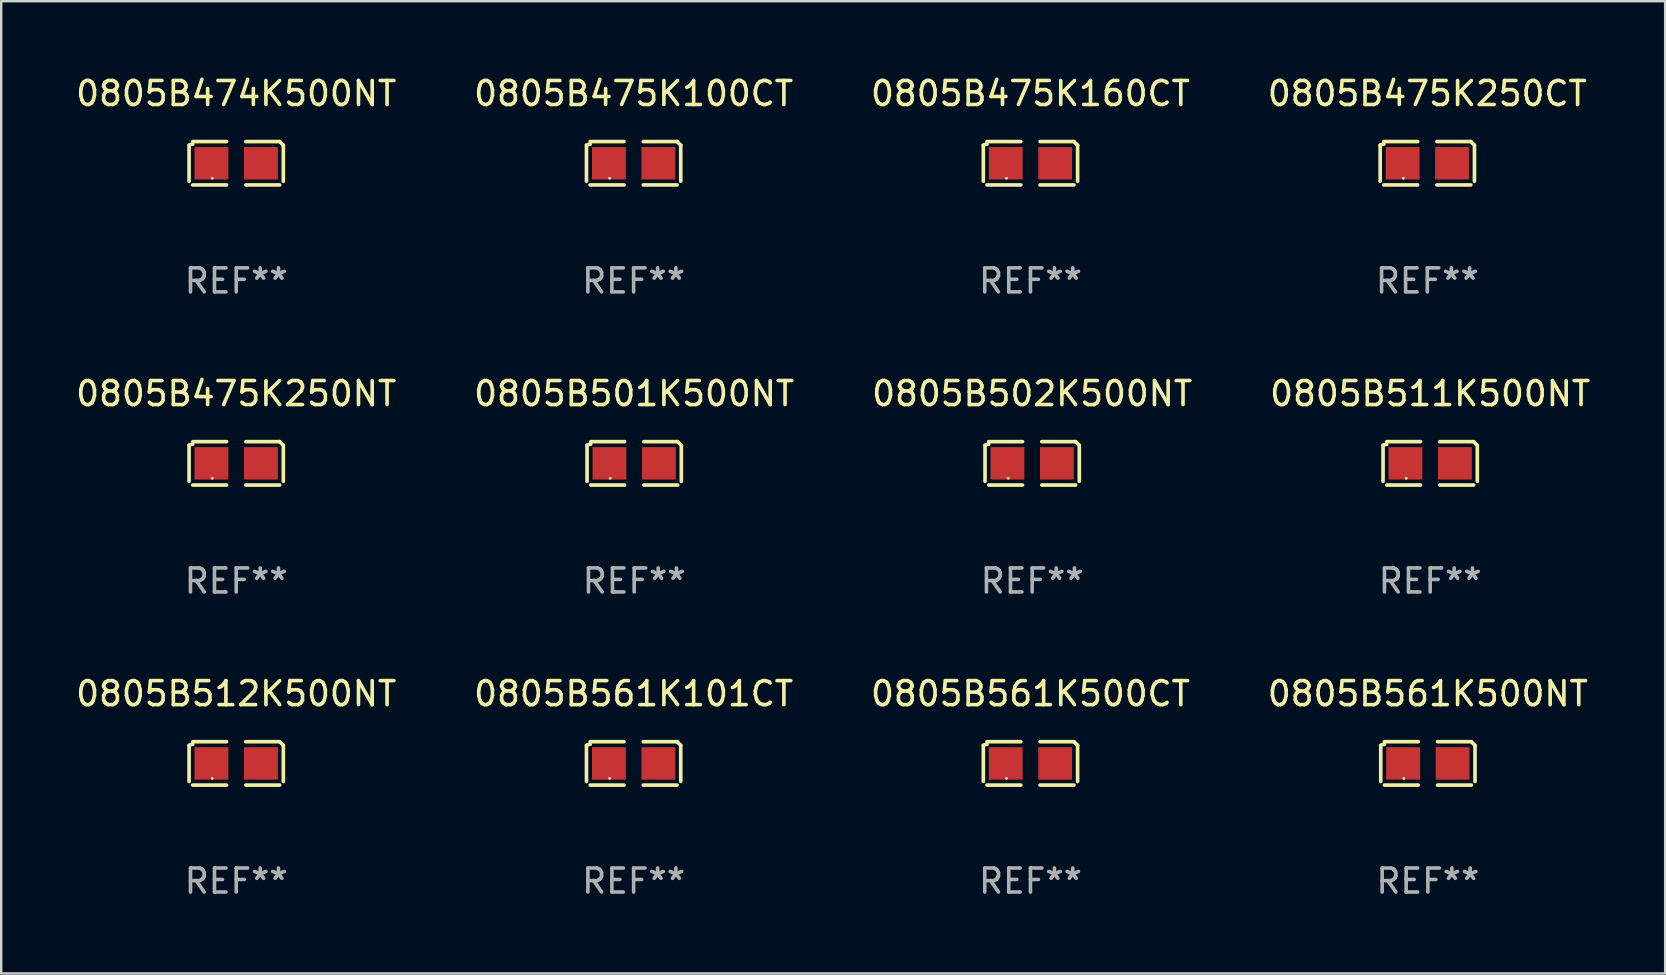
<source format=kicad_pcb>
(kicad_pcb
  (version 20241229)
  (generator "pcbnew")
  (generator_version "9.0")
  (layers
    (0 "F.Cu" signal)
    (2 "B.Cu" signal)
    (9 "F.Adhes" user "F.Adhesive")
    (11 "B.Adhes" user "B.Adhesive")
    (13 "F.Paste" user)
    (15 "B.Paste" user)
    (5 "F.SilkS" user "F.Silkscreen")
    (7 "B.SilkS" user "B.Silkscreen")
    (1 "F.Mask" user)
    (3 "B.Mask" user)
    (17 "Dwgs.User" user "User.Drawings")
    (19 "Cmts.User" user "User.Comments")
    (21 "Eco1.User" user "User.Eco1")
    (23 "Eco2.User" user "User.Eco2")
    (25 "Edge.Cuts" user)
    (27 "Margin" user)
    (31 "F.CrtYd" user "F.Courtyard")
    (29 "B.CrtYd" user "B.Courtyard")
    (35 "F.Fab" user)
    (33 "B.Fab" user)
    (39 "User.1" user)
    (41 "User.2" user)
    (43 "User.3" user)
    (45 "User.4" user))
  (footprint "0805B501K500NT"
    (layer "F.Cu")
    (at 23.375 16.256)
    (property "Reference" "0805B501K500NT" (at 0 -2.904 0) (layer "F.SilkS") (effects (font (size 1 1) (thickness 0.15))))
    (attr through_hole)
    (fp_line (start -1.964 0.751) (end -1.964 -0.751) (stroke (width 0.152) (type solid)) (layer "F.SilkS"))
    (fp_line (start -1.811 -0.904) (end -0.401 -0.904) (stroke (width 0.152) (type solid)) (layer "F.SilkS"))
    (fp_line (start -0.401 0.904) (end -1.811 0.904) (stroke (width 0.152) (type solid)) (layer "F.SilkS"))
    (fp_line (start 0.401 0.904) (end 1.811 0.904) (stroke (width 0.152) (type solid)) (layer "F.SilkS"))
    (fp_line (start 1.811 -0.904) (end 0.401 -0.904) (stroke (width 0.152) (type solid)) (layer "F.SilkS"))
    (fp_line (start 1.964 0.751) (end 1.964 -0.751) (stroke (width 0.152) (type solid)) (layer "F.SilkS"))
    (fp_arc (start -1.963602 -0.751207) (mid -1.890354 -0.783131) (end -1.811201 -0.794044) (stroke (width 0.1524) (type solid)) (layer "F.SilkS"))
    (fp_arc (start 1.811202 -0.903607) (mid 1.887413 -0.827418) (end 1.963602 -0.751207) (stroke (width 0.1524) (type solid)) (layer "F.SilkS"))
    (fp_circle (center -1 0.625) (end -0.97 0.625) (stroke (width 0.06) (type solid)) (fill no) (layer "F.SilkS"))
    (fp_text user "REF**" (at 0 4.904 0) (layer "F.Fab") (effects (font (size 1 1) (thickness 0.15))))
    (pad "1" smd rect (at -1.03 0) (size 1.41 1.35) (layers "F.Cu" "F.Mask" "F.Paste"))
    (pad "2" smd rect (at 1.03 0) (size 1.41 1.35) (layers "F.Cu" "F.Mask" "F.Paste")))
  (footprint "0805B561K101CT"
    (layer "F.Cu")
    (at 23.351 28.759)
    (property "Reference" "0805B561K101CT" (at 0 -2.904 0) (layer "F.SilkS") (effects (font (size 1 1) (thickness 0.15))))
    (attr through_hole)
    (fp_line (start -1.964 0.751) (end -1.964 -0.751) (stroke (width 0.152) (type solid)) (layer "F.SilkS"))
    (fp_line (start -1.811 -0.904) (end -0.401 -0.904) (stroke (width 0.152) (type solid)) (layer "F.SilkS"))
    (fp_line (start -0.401 0.904) (end -1.811 0.904) (stroke (width 0.152) (type solid)) (layer "F.SilkS"))
    (fp_line (start 0.401 0.904) (end 1.811 0.904) (stroke (width 0.152) (type solid)) (layer "F.SilkS"))
    (fp_line (start 1.811 -0.904) (end 0.401 -0.904) (stroke (width 0.152) (type solid)) (layer "F.SilkS"))
    (fp_line (start 1.964 0.751) (end 1.964 -0.751) (stroke (width 0.152) (type solid)) (layer "F.SilkS"))
    (fp_arc (start -1.963602 -0.751207) (mid -1.890354 -0.783131) (end -1.811201 -0.794044) (stroke (width 0.1524) (type solid)) (layer "F.SilkS"))
    (fp_arc (start 1.811202 -0.903607) (mid 1.887413 -0.827418) (end 1.963602 -0.751207) (stroke (width 0.1524) (type solid)) (layer "F.SilkS"))
    (fp_circle (center -1 0.625) (end -0.97 0.625) (stroke (width 0.06) (type solid)) (fill no) (layer "F.SilkS"))
    (fp_text user "REF**" (at 0 4.904 0) (layer "F.Fab") (effects (font (size 1 1) (thickness 0.15))))
    (pad "1" smd rect (at -1.03 0) (size 1.41 1.35) (layers "F.Cu" "F.Mask" "F.Paste"))
    (pad "2" smd rect (at 1.03 0) (size 1.41 1.35) (layers "F.Cu" "F.Mask" "F.Paste")))
  (footprint "0805B511K500NT"
    (layer "F.Cu")
    (at 56.542 16.256)
    (property "Reference" "0805B511K500NT" (at 0 -2.904 0) (layer "F.SilkS") (effects (font (size 1 1) (thickness 0.15))))
    (attr through_hole)
    (fp_line (start -1.964 0.751) (end -1.964 -0.751) (stroke (width 0.152) (type solid)) (layer "F.SilkS"))
    (fp_line (start -1.811 -0.904) (end -0.401 -0.904) (stroke (width 0.152) (type solid)) (layer "F.SilkS"))
    (fp_line (start -0.401 0.904) (end -1.811 0.904) (stroke (width 0.152) (type solid)) (layer "F.SilkS"))
    (fp_line (start 0.401 0.904) (end 1.811 0.904) (stroke (width 0.152) (type solid)) (layer "F.SilkS"))
    (fp_line (start 1.811 -0.904) (end 0.401 -0.904) (stroke (width 0.152) (type solid)) (layer "F.SilkS"))
    (fp_line (start 1.964 0.751) (end 1.964 -0.751) (stroke (width 0.152) (type solid)) (layer "F.SilkS"))
    (fp_arc (start -1.963602 -0.751207) (mid -1.890354 -0.783131) (end -1.811201 -0.794044) (stroke (width 0.1524) (type solid)) (layer "F.SilkS"))
    (fp_arc (start 1.811202 -0.903607) (mid 1.887413 -0.827418) (end 1.963602 -0.751207) (stroke (width 0.1524) (type solid)) (layer "F.SilkS"))
    (fp_circle (center -1 0.625) (end -0.97 0.625) (stroke (width 0.06) (type solid)) (fill no) (layer "F.SilkS"))
    (fp_text user "REF**" (at 0 4.904 0) (layer "F.Fab") (effects (font (size 1 1) (thickness 0.15))))
    (pad "1" smd rect (at -1.03 0) (size 1.41 1.35) (layers "F.Cu" "F.Mask" "F.Paste"))
    (pad "2" smd rect (at 1.03 0) (size 1.41 1.35) (layers "F.Cu" "F.Mask" "F.Paste")))
  (footprint "0805B475K250NT"
    (layer "F.Cu")
    (at 6.792 16.256)
    (property "Reference" "0805B475K250NT" (at 0 -2.904 0) (layer "F.SilkS") (effects (font (size 1 1) (thickness 0.15))))
    (attr through_hole)
    (fp_line (start -1.964 0.751) (end -1.964 -0.751) (stroke (width 0.152) (type solid)) (layer "F.SilkS"))
    (fp_line (start -1.811 -0.904) (end -0.401 -0.904) (stroke (width 0.152) (type solid)) (layer "F.SilkS"))
    (fp_line (start -0.401 0.904) (end -1.811 0.904) (stroke (width 0.152) (type solid)) (layer "F.SilkS"))
    (fp_line (start 0.401 0.904) (end 1.811 0.904) (stroke (width 0.152) (type solid)) (layer "F.SilkS"))
    (fp_line (start 1.811 -0.904) (end 0.401 -0.904) (stroke (width 0.152) (type solid)) (layer "F.SilkS"))
    (fp_line (start 1.964 0.751) (end 1.964 -0.751) (stroke (width 0.152) (type solid)) (layer "F.SilkS"))
    (fp_arc (start -1.963602 -0.751207) (mid -1.890354 -0.783131) (end -1.811201 -0.794044) (stroke (width 0.1524) (type solid)) (layer "F.SilkS"))
    (fp_arc (start 1.811202 -0.903607) (mid 1.887413 -0.827418) (end 1.963602 -0.751207) (stroke (width 0.1524) (type solid)) (layer "F.SilkS"))
    (fp_circle (center -1 0.625) (end -0.97 0.625) (stroke (width 0.06) (type solid)) (fill no) (layer "F.SilkS"))
    (fp_text user "REF**" (at 0 4.904 0) (layer "F.Fab") (effects (font (size 1 1) (thickness 0.15))))
    (pad "1" smd rect (at -1.03 0) (size 1.41 1.35) (layers "F.Cu" "F.Mask" "F.Paste"))
    (pad "2" smd rect (at 1.03 0) (size 1.41 1.35) (layers "F.Cu" "F.Mask" "F.Paste")))
  (footprint "0805B475K250CT"
    (layer "F.Cu")
    (at 56.423 3.752)
    (property "Reference" "0805B475K250CT" (at 0 -2.904 0) (layer "F.SilkS") (effects (font (size 1 1) (thickness 0.15))))
    (attr through_hole)
    (fp_line (start -1.964 0.751) (end -1.964 -0.751) (stroke (width 0.152) (type solid)) (layer "F.SilkS"))
    (fp_line (start -1.811 -0.904) (end -0.401 -0.904) (stroke (width 0.152) (type solid)) (layer "F.SilkS"))
    (fp_line (start -0.401 0.904) (end -1.811 0.904) (stroke (width 0.152) (type solid)) (layer "F.SilkS"))
    (fp_line (start 0.401 0.904) (end 1.811 0.904) (stroke (width 0.152) (type solid)) (layer "F.SilkS"))
    (fp_line (start 1.811 -0.904) (end 0.401 -0.904) (stroke (width 0.152) (type solid)) (layer "F.SilkS"))
    (fp_line (start 1.964 0.751) (end 1.964 -0.751) (stroke (width 0.152) (type solid)) (layer "F.SilkS"))
    (fp_arc (start -1.963602 -0.751207) (mid -1.890354 -0.783131) (end -1.811201 -0.794044) (stroke (width 0.1524) (type solid)) (layer "F.SilkS"))
    (fp_arc (start 1.811202 -0.903607) (mid 1.887413 -0.827418) (end 1.963602 -0.751207) (stroke (width 0.1524) (type solid)) (layer "F.SilkS"))
    (fp_circle (center -1 0.625) (end -0.97 0.625) (stroke (width 0.06) (type solid)) (fill no) (layer "F.SilkS"))
    (fp_text user "REF**" (at 0 4.904 0) (layer "F.Fab") (effects (font (size 1 1) (thickness 0.15))))
    (pad "1" smd rect (at -1.03 0) (size 1.41 1.35) (layers "F.Cu" "F.Mask" "F.Paste"))
    (pad "2" smd rect (at 1.03 0) (size 1.41 1.35) (layers "F.Cu" "F.Mask" "F.Paste")))
  (footprint "0805B561K500NT"
    (layer "F.Cu")
    (at 56.446 28.759)
    (property "Reference" "0805B561K500NT" (at 0 -2.904 0) (layer "F.SilkS") (effects (font (size 1 1) (thickness 0.15))))
    (attr through_hole)
    (fp_line (start -1.964 0.751) (end -1.964 -0.751) (stroke (width 0.152) (type solid)) (layer "F.SilkS"))
    (fp_line (start -1.811 -0.904) (end -0.401 -0.904) (stroke (width 0.152) (type solid)) (layer "F.SilkS"))
    (fp_line (start -0.401 0.904) (end -1.811 0.904) (stroke (width 0.152) (type solid)) (layer "F.SilkS"))
    (fp_line (start 0.401 0.904) (end 1.811 0.904) (stroke (width 0.152) (type solid)) (layer "F.SilkS"))
    (fp_line (start 1.811 -0.904) (end 0.401 -0.904) (stroke (width 0.152) (type solid)) (layer "F.SilkS"))
    (fp_line (start 1.964 0.751) (end 1.964 -0.751) (stroke (width 0.152) (type solid)) (layer "F.SilkS"))
    (fp_arc (start -1.963602 -0.751207) (mid -1.890354 -0.783131) (end -1.811201 -0.794044) (stroke (width 0.1524) (type solid)) (layer "F.SilkS"))
    (fp_arc (start 1.811202 -0.903607) (mid 1.887413 -0.827418) (end 1.963602 -0.751207) (stroke (width 0.1524) (type solid)) (layer "F.SilkS"))
    (fp_circle (center -1 0.625) (end -0.97 0.625) (stroke (width 0.06) (type solid)) (fill no) (layer "F.SilkS"))
    (fp_text user "REF**" (at 0 4.904 0) (layer "F.Fab") (effects (font (size 1 1) (thickness 0.15))))
    (pad "1" smd rect (at -1.03 0) (size 1.41 1.35) (layers "F.Cu" "F.Mask" "F.Paste"))
    (pad "2" smd rect (at 1.03 0) (size 1.41 1.35) (layers "F.Cu" "F.Mask" "F.Paste")))
  (footprint "0805B475K160CT"
    (layer "F.Cu")
    (at 39.887 3.752)
    (property "Reference" "0805B475K160CT" (at 0 -2.904 0) (layer "F.SilkS") (effects (font (size 1 1) (thickness 0.15))))
    (attr through_hole)
    (fp_line (start -1.964 0.751) (end -1.964 -0.751) (stroke (width 0.152) (type solid)) (layer "F.SilkS"))
    (fp_line (start -1.811 -0.904) (end -0.401 -0.904) (stroke (width 0.152) (type solid)) (layer "F.SilkS"))
    (fp_line (start -0.401 0.904) (end -1.811 0.904) (stroke (width 0.152) (type solid)) (layer "F.SilkS"))
    (fp_line (start 0.401 0.904) (end 1.811 0.904) (stroke (width 0.152) (type solid)) (layer "F.SilkS"))
    (fp_line (start 1.811 -0.904) (end 0.401 -0.904) (stroke (width 0.152) (type solid)) (layer "F.SilkS"))
    (fp_line (start 1.964 0.751) (end 1.964 -0.751) (stroke (width 0.152) (type solid)) (layer "F.SilkS"))
    (fp_arc (start -1.963602 -0.751207) (mid -1.890354 -0.783131) (end -1.811201 -0.794044) (stroke (width 0.1524) (type solid)) (layer "F.SilkS"))
    (fp_arc (start 1.811202 -0.903607) (mid 1.887413 -0.827418) (end 1.963602 -0.751207) (stroke (width 0.1524) (type solid)) (layer "F.SilkS"))
    (fp_circle (center -1 0.625) (end -0.97 0.625) (stroke (width 0.06) (type solid)) (fill no) (layer "F.SilkS"))
    (fp_text user "REF**" (at 0 4.904 0) (layer "F.Fab") (effects (font (size 1 1) (thickness 0.15))))
    (pad "1" smd rect (at -1.03 0) (size 1.41 1.35) (layers "F.Cu" "F.Mask" "F.Paste"))
    (pad "2" smd rect (at 1.03 0) (size 1.41 1.35) (layers "F.Cu" "F.Mask" "F.Paste")))
  (footprint "0805B474K500NT"
    (layer "F.Cu")
    (at 6.792 3.752)
    (property "Reference" "0805B474K500NT" (at 0 -2.904 0) (layer "F.SilkS") (effects (font (size 1 1) (thickness 0.15))))
    (attr through_hole)
    (fp_line (start -1.964 0.751) (end -1.964 -0.751) (stroke (width 0.152) (type solid)) (layer "F.SilkS"))
    (fp_line (start -1.811 -0.904) (end -0.401 -0.904) (stroke (width 0.152) (type solid)) (layer "F.SilkS"))
    (fp_line (start -0.401 0.904) (end -1.811 0.904) (stroke (width 0.152) (type solid)) (layer "F.SilkS"))
    (fp_line (start 0.401 0.904) (end 1.811 0.904) (stroke (width 0.152) (type solid)) (layer "F.SilkS"))
    (fp_line (start 1.811 -0.904) (end 0.401 -0.904) (stroke (width 0.152) (type solid)) (layer "F.SilkS"))
    (fp_line (start 1.964 0.751) (end 1.964 -0.751) (stroke (width 0.152) (type solid)) (layer "F.SilkS"))
    (fp_arc (start -1.963602 -0.751207) (mid -1.890354 -0.783131) (end -1.811201 -0.794044) (stroke (width 0.1524) (type solid)) (layer "F.SilkS"))
    (fp_arc (start 1.811202 -0.903607) (mid 1.887413 -0.827418) (end 1.963602 -0.751207) (stroke (width 0.1524) (type solid)) (layer "F.SilkS"))
    (fp_circle (center -1 0.625) (end -0.97 0.625) (stroke (width 0.06) (type solid)) (fill no) (layer "F.SilkS"))
    (fp_text user "REF**" (at 0 4.904 0) (layer "F.Fab") (effects (font (size 1 1) (thickness 0.15))))
    (pad "1" smd rect (at -1.03 0) (size 1.41 1.35) (layers "F.Cu" "F.Mask" "F.Paste"))
    (pad "2" smd rect (at 1.03 0) (size 1.41 1.35) (layers "F.Cu" "F.Mask" "F.Paste")))
  (footprint "0805B561K500CT"
    (layer "F.Cu")
    (at 39.887 28.759)
    (property "Reference" "0805B561K500CT" (at 0 -2.904 0) (layer "F.SilkS") (effects (font (size 1 1) (thickness 0.15))))
    (attr through_hole)
    (fp_line (start -1.964 0.751) (end -1.964 -0.751) (stroke (width 0.152) (type solid)) (layer "F.SilkS"))
    (fp_line (start -1.811 -0.904) (end -0.401 -0.904) (stroke (width 0.152) (type solid)) (layer "F.SilkS"))
    (fp_line (start -0.401 0.904) (end -1.811 0.904) (stroke (width 0.152) (type solid)) (layer "F.SilkS"))
    (fp_line (start 0.401 0.904) (end 1.811 0.904) (stroke (width 0.152) (type solid)) (layer "F.SilkS"))
    (fp_line (start 1.811 -0.904) (end 0.401 -0.904) (stroke (width 0.152) (type solid)) (layer "F.SilkS"))
    (fp_line (start 1.964 0.751) (end 1.964 -0.751) (stroke (width 0.152) (type solid)) (layer "F.SilkS"))
    (fp_arc (start -1.963602 -0.751207) (mid -1.890354 -0.783131) (end -1.811201 -0.794044) (stroke (width 0.1524) (type solid)) (layer "F.SilkS"))
    (fp_arc (start 1.811202 -0.903607) (mid 1.887413 -0.827418) (end 1.963602 -0.751207) (stroke (width 0.1524) (type solid)) (layer "F.SilkS"))
    (fp_circle (center -1 0.625) (end -0.97 0.625) (stroke (width 0.06) (type solid)) (fill no) (layer "F.SilkS"))
    (fp_text user "REF**" (at 0 4.904 0) (layer "F.Fab") (effects (font (size 1 1) (thickness 0.15))))
    (pad "1" smd rect (at -1.03 0) (size 1.41 1.35) (layers "F.Cu" "F.Mask" "F.Paste"))
    (pad "2" smd rect (at 1.03 0) (size 1.41 1.35) (layers "F.Cu" "F.Mask" "F.Paste")))
  (footprint "0805B475K100CT"
    (layer "F.Cu")
    (at 23.351 3.752)
    (property "Reference" "0805B475K100CT" (at 0 -2.904 0) (layer "F.SilkS") (effects (font (size 1 1) (thickness 0.15))))
    (attr through_hole)
    (fp_line (start -1.964 0.751) (end -1.964 -0.751) (stroke (width 0.152) (type solid)) (layer "F.SilkS"))
    (fp_line (start -1.811 -0.904) (end -0.401 -0.904) (stroke (width 0.152) (type solid)) (layer "F.SilkS"))
    (fp_line (start -0.401 0.904) (end -1.811 0.904) (stroke (width 0.152) (type solid)) (layer "F.SilkS"))
    (fp_line (start 0.401 0.904) (end 1.811 0.904) (stroke (width 0.152) (type solid)) (layer "F.SilkS"))
    (fp_line (start 1.811 -0.904) (end 0.401 -0.904) (stroke (width 0.152) (type solid)) (layer "F.SilkS"))
    (fp_line (start 1.964 0.751) (end 1.964 -0.751) (stroke (width 0.152) (type solid)) (layer "F.SilkS"))
    (fp_arc (start -1.963602 -0.751207) (mid -1.890354 -0.783131) (end -1.811201 -0.794044) (stroke (width 0.1524) (type solid)) (layer "F.SilkS"))
    (fp_arc (start 1.811202 -0.903607) (mid 1.887413 -0.827418) (end 1.963602 -0.751207) (stroke (width 0.1524) (type solid)) (layer "F.SilkS"))
    (fp_circle (center -1 0.625) (end -0.97 0.625) (stroke (width 0.06) (type solid)) (fill no) (layer "F.SilkS"))
    (fp_text user "REF**" (at 0 4.904 0) (layer "F.Fab") (effects (font (size 1 1) (thickness 0.15))))
    (pad "1" smd rect (at -1.03 0) (size 1.41 1.35) (layers "F.Cu" "F.Mask" "F.Paste"))
    (pad "2" smd rect (at 1.03 0) (size 1.41 1.35) (layers "F.Cu" "F.Mask" "F.Paste")))
  (footprint "0805B502K500NT"
    (layer "F.Cu")
    (at 39.958 16.256)
    (property "Reference" "0805B502K500NT" (at 0 -2.904 0) (layer "F.SilkS") (effects (font (size 1 1) (thickness 0.15))))
    (attr through_hole)
    (fp_line (start -1.964 0.751) (end -1.964 -0.751) (stroke (width 0.152) (type solid)) (layer "F.SilkS"))
    (fp_line (start -1.811 -0.904) (end -0.401 -0.904) (stroke (width 0.152) (type solid)) (layer "F.SilkS"))
    (fp_line (start -0.401 0.904) (end -1.811 0.904) (stroke (width 0.152) (type solid)) (layer "F.SilkS"))
    (fp_line (start 0.401 0.904) (end 1.811 0.904) (stroke (width 0.152) (type solid)) (layer "F.SilkS"))
    (fp_line (start 1.811 -0.904) (end 0.401 -0.904) (stroke (width 0.152) (type solid)) (layer "F.SilkS"))
    (fp_line (start 1.964 0.751) (end 1.964 -0.751) (stroke (width 0.152) (type solid)) (layer "F.SilkS"))
    (fp_arc (start -1.963602 -0.751207) (mid -1.890354 -0.783131) (end -1.811201 -0.794044) (stroke (width 0.1524) (type solid)) (layer "F.SilkS"))
    (fp_arc (start 1.811202 -0.903607) (mid 1.887413 -0.827418) (end 1.963602 -0.751207) (stroke (width 0.1524) (type solid)) (layer "F.SilkS"))
    (fp_circle (center -1 0.625) (end -0.97 0.625) (stroke (width 0.06) (type solid)) (fill no) (layer "F.SilkS"))
    (fp_text user "REF**" (at 0 4.904 0) (layer "F.Fab") (effects (font (size 1 1) (thickness 0.15))))
    (pad "1" smd rect (at -1.03 0) (size 1.41 1.35) (layers "F.Cu" "F.Mask" "F.Paste"))
    (pad "2" smd rect (at 1.03 0) (size 1.41 1.35) (layers "F.Cu" "F.Mask" "F.Paste")))
  (footprint "0805B512K500NT"
    (layer "F.Cu")
    (at 6.792 28.759)
    (property "Reference" "0805B512K500NT" (at 0 -2.904 0) (layer "F.SilkS") (effects (font (size 1 1) (thickness 0.15))))
    (attr through_hole)
    (fp_line (start -1.964 0.751) (end -1.964 -0.751) (stroke (width 0.152) (type solid)) (layer "F.SilkS"))
    (fp_line (start -1.811 -0.904) (end -0.401 -0.904) (stroke (width 0.152) (type solid)) (layer "F.SilkS"))
    (fp_line (start -0.401 0.904) (end -1.811 0.904) (stroke (width 0.152) (type solid)) (layer "F.SilkS"))
    (fp_line (start 0.401 0.904) (end 1.811 0.904) (stroke (width 0.152) (type solid)) (layer "F.SilkS"))
    (fp_line (start 1.811 -0.904) (end 0.401 -0.904) (stroke (width 0.152) (type solid)) (layer "F.SilkS"))
    (fp_line (start 1.964 0.751) (end 1.964 -0.751) (stroke (width 0.152) (type solid)) (layer "F.SilkS"))
    (fp_arc (start -1.963602 -0.751207) (mid -1.890354 -0.783131) (end -1.811201 -0.794044) (stroke (width 0.1524) (type solid)) (layer "F.SilkS"))
    (fp_arc (start 1.811202 -0.903607) (mid 1.887413 -0.827418) (end 1.963602 -0.751207) (stroke (width 0.1524) (type solid)) (layer "F.SilkS"))
    (fp_circle (center -1 0.625) (end -0.97 0.625) (stroke (width 0.06) (type solid)) (fill no) (layer "F.SilkS"))
    (fp_text user "REF**" (at 0 4.904 0) (layer "F.Fab") (effects (font (size 1 1) (thickness 0.15))))
    (pad "1" smd rect (at -1.03 0) (size 1.41 1.35) (layers "F.Cu" "F.Mask" "F.Paste"))
    (pad "2" smd rect (at 1.03 0) (size 1.41 1.35) (layers "F.Cu" "F.Mask" "F.Paste")))
  (gr_rect
    (start -3 -3)
    (end 66.333 37.511)
    (stroke (width 0.1) (type default))
    (fill no)
    (layer "Edge.Cuts")))
</source>
